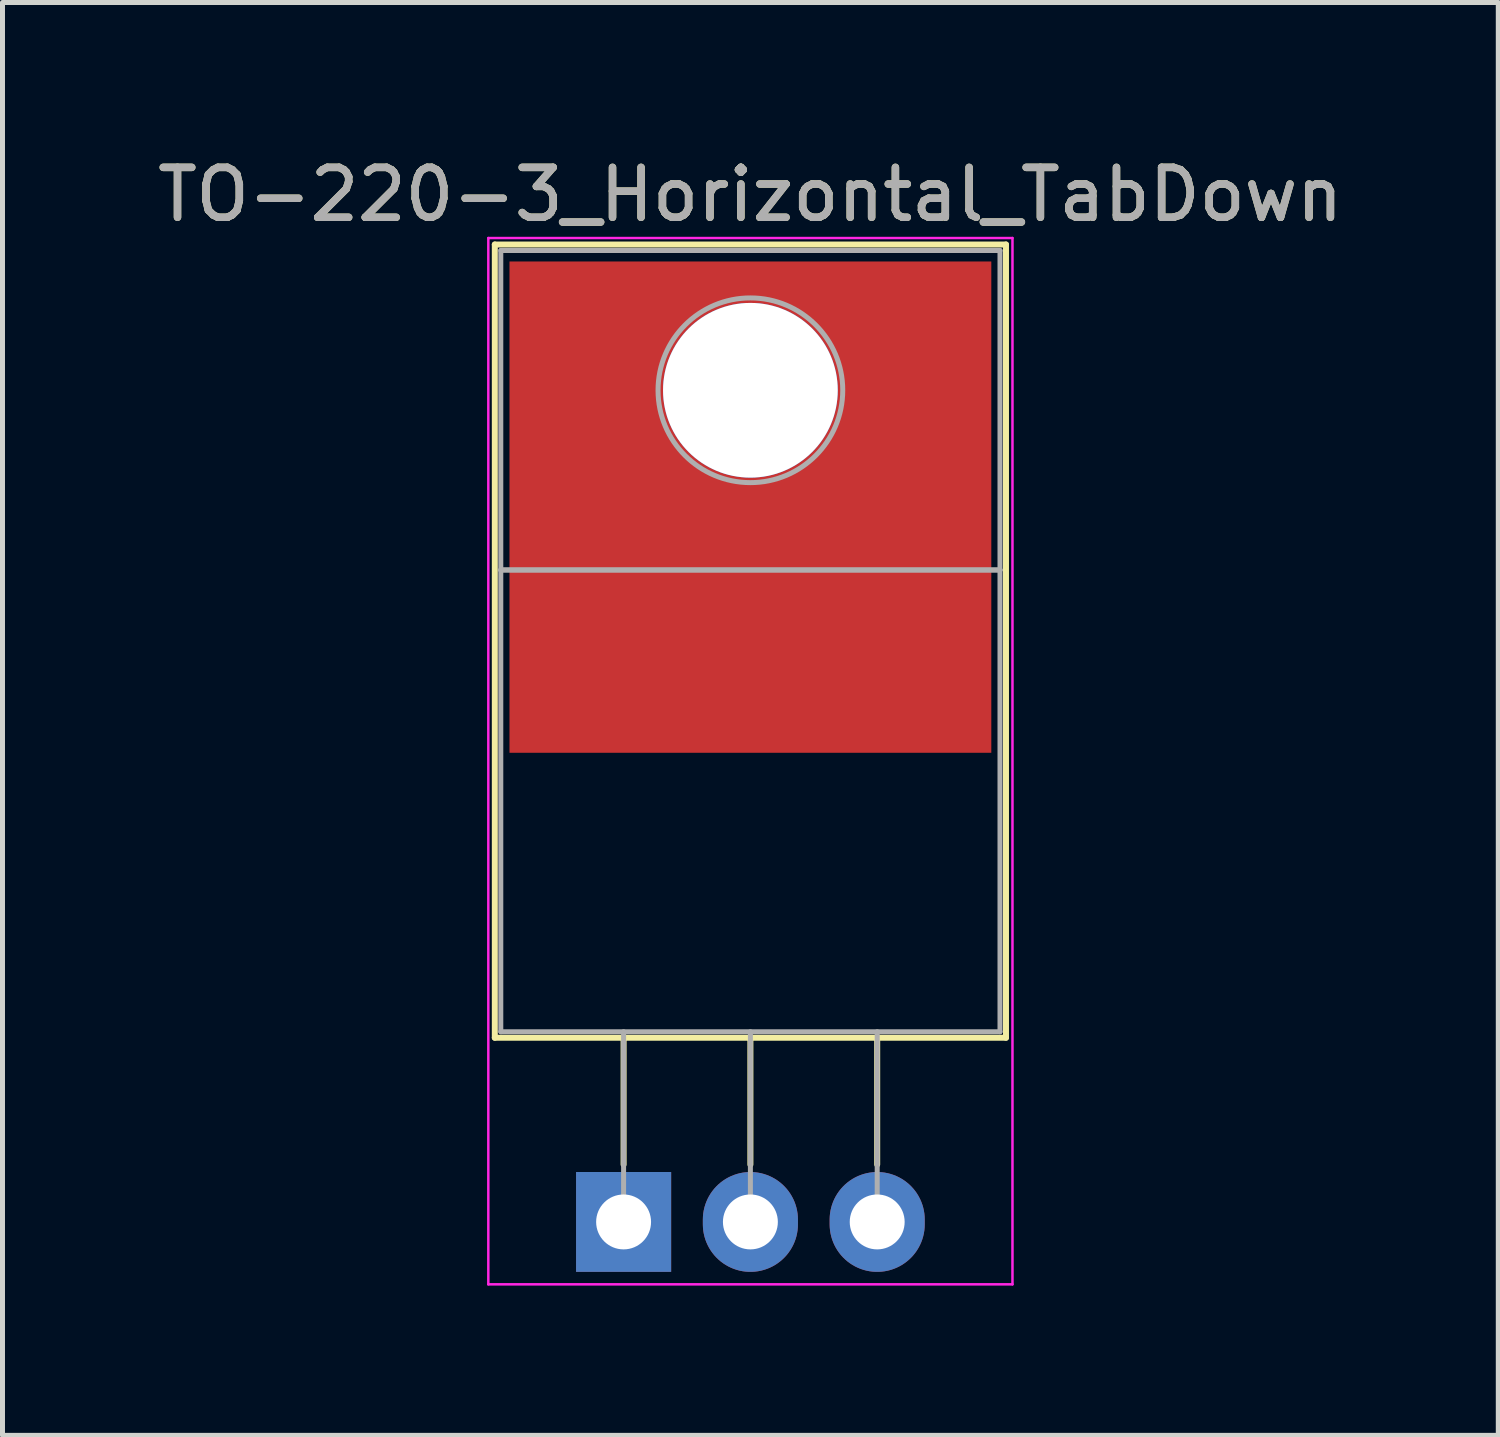
<source format=kicad_pcb>
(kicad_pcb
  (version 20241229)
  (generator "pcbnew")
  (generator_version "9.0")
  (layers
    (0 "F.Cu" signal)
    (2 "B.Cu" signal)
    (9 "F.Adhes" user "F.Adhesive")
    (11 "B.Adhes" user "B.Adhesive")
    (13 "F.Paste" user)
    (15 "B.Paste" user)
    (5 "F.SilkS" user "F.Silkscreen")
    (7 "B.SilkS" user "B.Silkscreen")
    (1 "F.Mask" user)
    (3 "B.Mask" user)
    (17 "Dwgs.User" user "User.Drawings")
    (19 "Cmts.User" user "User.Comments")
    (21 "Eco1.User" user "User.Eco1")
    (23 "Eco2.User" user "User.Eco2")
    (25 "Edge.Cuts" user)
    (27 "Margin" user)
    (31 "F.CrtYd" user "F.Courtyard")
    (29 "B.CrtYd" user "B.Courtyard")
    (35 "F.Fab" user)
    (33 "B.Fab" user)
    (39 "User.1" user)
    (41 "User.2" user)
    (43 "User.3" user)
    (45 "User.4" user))
  (footprint "TO-220-3_Horizontal_TabDown"
    (layer "F.Cu")
    (at 9.442 21.428)
    (property "Reference" "TO-220-3_Horizontal_TabDown" (at 2.54 -20.58 180) (layer "F.SilkS") (effects (font (size 1 1) (thickness 0.15))))
    (attr through_hole)
    (fp_line (start -2.58 -19.58) (end -2.58 -3.69) (stroke (width 0.12) (type solid)) (layer "F.SilkS"))
    (fp_line (start -2.58 -19.58) (end 7.66 -19.58) (stroke (width 0.12) (type solid)) (layer "F.SilkS"))
    (fp_line (start -2.58 -3.69) (end 7.66 -3.69) (stroke (width 0.12) (type solid)) (layer "F.SilkS"))
    (fp_line (start 0 -3.69) (end 0 -1.15) (stroke (width 0.12) (type solid)) (layer "F.SilkS"))
    (fp_line (start 2.54 -3.69) (end 2.54 -1.15) (stroke (width 0.12) (type solid)) (layer "F.SilkS"))
    (fp_line (start 5.08 -3.69) (end 5.08 -1.15) (stroke (width 0.12) (type solid)) (layer "F.SilkS"))
    (fp_line (start 7.66 -19.58) (end 7.66 -3.69) (stroke (width 0.12) (type solid)) (layer "F.SilkS"))
    (fp_line (start -2.71 -19.71) (end -2.71 1.25) (stroke (width 0.05) (type solid)) (layer "F.CrtYd"))
    (fp_line (start -2.71 1.25) (end 7.79 1.25) (stroke (width 0.05) (type solid)) (layer "F.CrtYd"))
    (fp_line (start 7.79 -19.71) (end -2.71 -19.71) (stroke (width 0.05) (type solid)) (layer "F.CrtYd"))
    (fp_line (start 7.79 1.25) (end 7.79 -19.71) (stroke (width 0.05) (type solid)) (layer "F.CrtYd"))
    (fp_line (start -2.46 -19.46) (end 7.54 -19.46) (stroke (width 0.1) (type solid)) (layer "F.Fab"))
    (fp_line (start -2.46 -13.06) (end -2.46 -19.46) (stroke (width 0.1) (type solid)) (layer "F.Fab"))
    (fp_line (start -2.46 -13.06) (end 7.54 -13.06) (stroke (width 0.1) (type solid)) (layer "F.Fab"))
    (fp_line (start -2.46 -3.81) (end -2.46 -13.06) (stroke (width 0.1) (type solid)) (layer "F.Fab"))
    (fp_line (start 0 -3.81) (end 0 0) (stroke (width 0.1) (type solid)) (layer "F.Fab"))
    (fp_line (start 2.54 -3.81) (end 2.54 0) (stroke (width 0.1) (type solid)) (layer "F.Fab"))
    (fp_line (start 5.08 -3.81) (end 5.08 0) (stroke (width 0.1) (type solid)) (layer "F.Fab"))
    (fp_line (start 7.54 -19.46) (end 7.54 -13.06) (stroke (width 0.1) (type solid)) (layer "F.Fab"))
    (fp_line (start 7.54 -13.06) (end -2.46 -13.06) (stroke (width 0.1) (type solid)) (layer "F.Fab"))
    (fp_line (start 7.54 -13.06) (end 7.54 -3.81) (stroke (width 0.1) (type solid)) (layer "F.Fab"))
    (fp_line (start 7.54 -3.81) (end -2.46 -3.81) (stroke (width 0.1) (type solid)) (layer "F.Fab"))
    (fp_circle (center 2.54 -16.66) (end 4.39 -16.66) (stroke (width 0.1) (type solid)) (fill no) (layer "F.Fab"))
    (fp_text user "${REFERENCE}" (at 2.54 -20.58 180) (layer "F.Fab") (effects (font (size 1 1) (thickness 0.15))))
    (pad "1" thru_hole rect (at 0 0) (size 1.905 2) (drill 1.1) (layers "*.Cu" "*.Mask"))
    (pad "2" thru_hole oval (at 2.54 -16.66) (size 3.5 3.5) (drill 3.5) (layers "*.Cu" "*.Mask"))
    (pad "2" smd rect (at 2.54 -14.319) (size 9.652 9.842) (layers "F.Cu" "F.Mask" "F.Paste"))
    (pad "2" thru_hole oval (at 2.54 0) (size 1.905 2) (drill 1.1) (layers "*.Cu" "*.Mask"))
    (pad "3" thru_hole oval (at 5.08 0) (size 1.905 2) (drill 1.1) (layers "*.Cu" "*.Mask")))
  (gr_rect
    (start -3 -3)
    (end 26.964 25.703)
    (stroke (width 0.1) (type default))
    (fill no)
    (layer "Edge.Cuts")))
</source>
